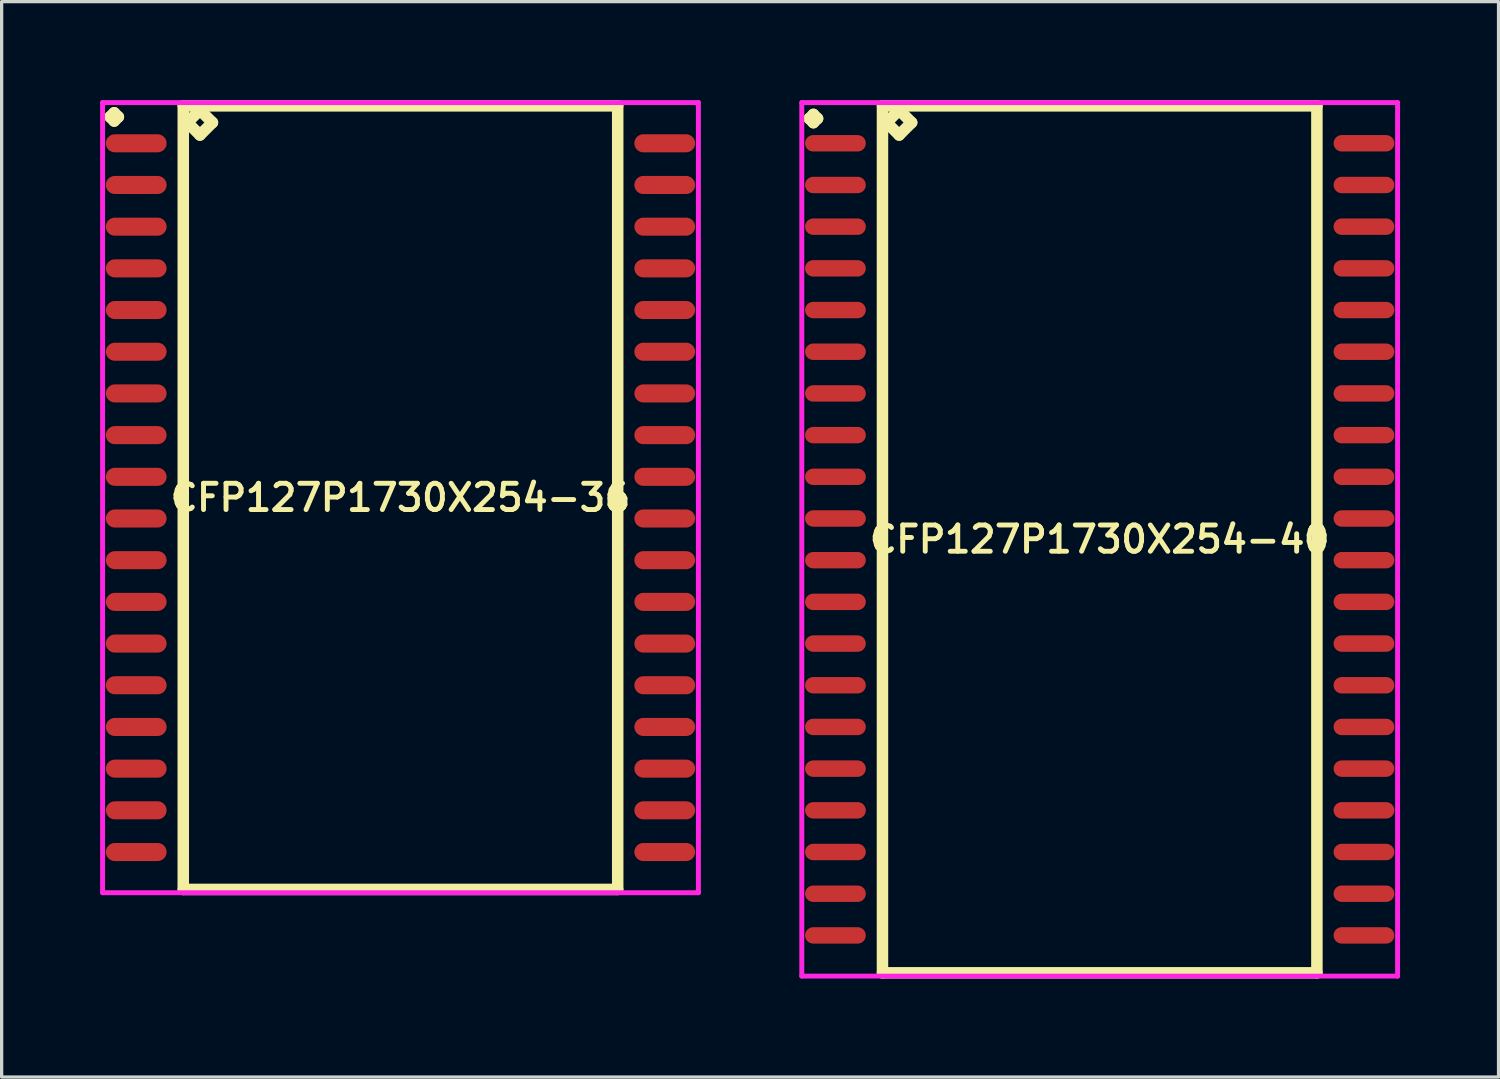
<source format=kicad_pcb>
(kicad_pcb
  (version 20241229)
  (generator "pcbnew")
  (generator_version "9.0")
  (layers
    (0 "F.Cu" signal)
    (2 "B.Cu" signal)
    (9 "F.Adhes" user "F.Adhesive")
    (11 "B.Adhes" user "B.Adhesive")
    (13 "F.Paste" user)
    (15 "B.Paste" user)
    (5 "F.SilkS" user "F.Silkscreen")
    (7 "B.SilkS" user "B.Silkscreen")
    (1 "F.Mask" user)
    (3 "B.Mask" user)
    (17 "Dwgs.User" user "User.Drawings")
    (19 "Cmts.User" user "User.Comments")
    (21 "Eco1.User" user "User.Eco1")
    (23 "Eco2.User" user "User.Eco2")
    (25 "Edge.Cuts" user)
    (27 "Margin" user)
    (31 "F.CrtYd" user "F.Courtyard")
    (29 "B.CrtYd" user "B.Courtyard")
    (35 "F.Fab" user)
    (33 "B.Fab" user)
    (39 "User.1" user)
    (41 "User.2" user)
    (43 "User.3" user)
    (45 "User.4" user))
  (footprint "CFP127P1730X254-36"
    (layer "F.Cu")
    (at 9.15 12.11)
    (property "Reference" "CFP127P1730X254-36" (at 0 0 0) (layer "F.SilkS") (effects (font (size 0.8 0.8) (thickness 0.15))))
    (attr through_hole)
    (fp_line (start -8.848 -11.599) (end -8.721 -11.726) (stroke (width 0.35) (type solid)) (layer "F.SilkS"))
    (fp_line (start -8.721 -11.726) (end -8.594 -11.599) (stroke (width 0.35) (type solid)) (layer "F.SilkS"))
    (fp_line (start -8.721 -11.472) (end -8.848 -11.599) (stroke (width 0.35) (type solid)) (layer "F.SilkS"))
    (fp_line (start -8.594 -11.599) (end -8.721 -11.472) (stroke (width 0.35) (type solid)) (layer "F.SilkS"))
    (fp_line (start -6.617 -11.935) (end -6.617 11.935) (stroke (width 0.35) (type solid)) (layer "F.SilkS"))
    (fp_line (start -6.617 11.935) (end 6.617 11.935) (stroke (width 0.35) (type solid)) (layer "F.SilkS"))
    (fp_line (start -6.49 -11.427) (end -6.109 -11.808) (stroke (width 0.35) (type solid)) (layer "F.SilkS"))
    (fp_line (start -6.109 -11.808) (end -5.728 -11.427) (stroke (width 0.35) (type solid)) (layer "F.SilkS"))
    (fp_line (start -6.109 -11.046) (end -6.49 -11.427) (stroke (width 0.35) (type solid)) (layer "F.SilkS"))
    (fp_line (start -5.728 -11.427) (end -6.109 -11.046) (stroke (width 0.35) (type solid)) (layer "F.SilkS"))
    (fp_line (start 6.617 -11.935) (end -6.617 -11.935) (stroke (width 0.35) (type solid)) (layer "F.SilkS"))
    (fp_line (start 6.617 11.935) (end 6.617 -11.935) (stroke (width 0.35) (type solid)) (layer "F.SilkS"))
    (fp_line (start -9.075 -12.035) (end 9.075 -12.035) (stroke (width 0.15) (type solid)) (layer "F.CrtYd"))
    (fp_line (start -9.075 12.035) (end -9.075 -12.035) (stroke (width 0.15) (type solid)) (layer "F.CrtYd"))
    (fp_line (start 9.075 -12.035) (end 9.075 12.035) (stroke (width 0.15) (type solid)) (layer "F.CrtYd"))
    (fp_line (start 9.075 12.035) (end -9.075 12.035) (stroke (width 0.15) (type solid)) (layer "F.CrtYd"))
    (pad "1" smd oval (at -8.05 -10.795) (size 1.85 0.55) (layers "F.Cu" "F.Mask" "F.Paste"))
    (pad "2" smd oval (at -8.05 -9.525) (size 1.85 0.55) (layers "F.Cu" "F.Mask" "F.Paste"))
    (pad "3" smd oval (at -8.05 -8.255) (size 1.85 0.55) (layers "F.Cu" "F.Mask" "F.Paste"))
    (pad "4" smd oval (at -8.05 -6.985) (size 1.85 0.55) (layers "F.Cu" "F.Mask" "F.Paste"))
    (pad "5" smd oval (at -8.05 -5.715) (size 1.85 0.55) (layers "F.Cu" "F.Mask" "F.Paste"))
    (pad "6" smd oval (at -8.05 -4.445) (size 1.85 0.55) (layers "F.Cu" "F.Mask" "F.Paste"))
    (pad "7" smd oval (at -8.05 -3.175) (size 1.85 0.55) (layers "F.Cu" "F.Mask" "F.Paste"))
    (pad "8" smd oval (at -8.05 -1.905) (size 1.85 0.55) (layers "F.Cu" "F.Mask" "F.Paste"))
    (pad "9" smd oval (at -8.05 -0.635) (size 1.85 0.55) (layers "F.Cu" "F.Mask" "F.Paste"))
    (pad "10" smd oval (at -8.05 0.635) (size 1.85 0.55) (layers "F.Cu" "F.Mask" "F.Paste"))
    (pad "11" smd oval (at -8.05 1.905) (size 1.85 0.55) (layers "F.Cu" "F.Mask" "F.Paste"))
    (pad "12" smd oval (at -8.05 3.175) (size 1.85 0.55) (layers "F.Cu" "F.Mask" "F.Paste"))
    (pad "13" smd oval (at -8.05 4.445) (size 1.85 0.55) (layers "F.Cu" "F.Mask" "F.Paste"))
    (pad "14" smd oval (at -8.05 5.715) (size 1.85 0.55) (layers "F.Cu" "F.Mask" "F.Paste"))
    (pad "15" smd oval (at -8.05 6.985) (size 1.85 0.55) (layers "F.Cu" "F.Mask" "F.Paste"))
    (pad "16" smd oval (at -8.05 8.255) (size 1.85 0.55) (layers "F.Cu" "F.Mask" "F.Paste"))
    (pad "17" smd oval (at -8.05 9.525) (size 1.85 0.55) (layers "F.Cu" "F.Mask" "F.Paste"))
    (pad "18" smd oval (at -8.05 10.795) (size 1.85 0.55) (layers "F.Cu" "F.Mask" "F.Paste"))
    (pad "19" smd oval (at 8.05 10.795) (size 1.85 0.55) (layers "F.Cu" "F.Mask" "F.Paste"))
    (pad "20" smd oval (at 8.05 9.525) (size 1.85 0.55) (layers "F.Cu" "F.Mask" "F.Paste"))
    (pad "21" smd oval (at 8.05 8.255) (size 1.85 0.55) (layers "F.Cu" "F.Mask" "F.Paste"))
    (pad "22" smd oval (at 8.05 6.985) (size 1.85 0.55) (layers "F.Cu" "F.Mask" "F.Paste"))
    (pad "23" smd oval (at 8.05 5.715) (size 1.85 0.55) (layers "F.Cu" "F.Mask" "F.Paste"))
    (pad "24" smd oval (at 8.05 4.445) (size 1.85 0.55) (layers "F.Cu" "F.Mask" "F.Paste"))
    (pad "25" smd oval (at 8.05 3.175) (size 1.85 0.55) (layers "F.Cu" "F.Mask" "F.Paste"))
    (pad "26" smd oval (at 8.05 1.905) (size 1.85 0.55) (layers "F.Cu" "F.Mask" "F.Paste"))
    (pad "27" smd oval (at 8.05 0.635) (size 1.85 0.55) (layers "F.Cu" "F.Mask" "F.Paste"))
    (pad "28" smd oval (at 8.05 -0.635) (size 1.85 0.55) (layers "F.Cu" "F.Mask" "F.Paste"))
    (pad "29" smd oval (at 8.05 -1.905) (size 1.85 0.55) (layers "F.Cu" "F.Mask" "F.Paste"))
    (pad "30" smd oval (at 8.05 -3.175) (size 1.85 0.55) (layers "F.Cu" "F.Mask" "F.Paste"))
    (pad "31" smd oval (at 8.05 -4.445) (size 1.85 0.55) (layers "F.Cu" "F.Mask" "F.Paste"))
    (pad "32" smd oval (at 8.05 -5.715) (size 1.85 0.55) (layers "F.Cu" "F.Mask" "F.Paste"))
    (pad "33" smd oval (at 8.05 -6.985) (size 1.85 0.55) (layers "F.Cu" "F.Mask" "F.Paste"))
    (pad "34" smd oval (at 8.05 -8.255) (size 1.85 0.55) (layers "F.Cu" "F.Mask" "F.Paste"))
    (pad "35" smd oval (at 8.05 -9.525) (size 1.85 0.55) (layers "F.Cu" "F.Mask" "F.Paste"))
    (pad "36" smd oval (at 8.05 -10.795) (size 1.85 0.55) (layers "F.Cu" "F.Mask" "F.Paste")))
  (footprint "CFP127P1730X254-40"
    (layer "F.Cu")
    (at 30.45 13.38)
    (property "Reference" "CFP127P1730X254-40" (at 0 0 0) (layer "F.SilkS") (effects (font (size 0.8 0.8) (thickness 0.15))))
    (attr smd)
    (fp_line (start -8.848 -12.819) (end -8.721 -12.946) (stroke (width 0.35) (type solid)) (layer "F.SilkS"))
    (fp_line (start -8.721 -12.946) (end -8.594 -12.819) (stroke (width 0.35) (type solid)) (layer "F.SilkS"))
    (fp_line (start -8.721 -12.692) (end -8.848 -12.819) (stroke (width 0.35) (type solid)) (layer "F.SilkS"))
    (fp_line (start -8.594 -12.819) (end -8.721 -12.692) (stroke (width 0.35) (type solid)) (layer "F.SilkS"))
    (fp_line (start -6.617 -13.205) (end -6.617 13.205) (stroke (width 0.35) (type solid)) (layer "F.SilkS"))
    (fp_line (start -6.617 13.205) (end 6.617 13.205) (stroke (width 0.35) (type solid)) (layer "F.SilkS"))
    (fp_line (start -6.49 -12.697) (end -6.109 -13.078) (stroke (width 0.35) (type solid)) (layer "F.SilkS"))
    (fp_line (start -6.109 -13.078) (end -5.728 -12.697) (stroke (width 0.35) (type solid)) (layer "F.SilkS"))
    (fp_line (start -6.109 -12.316) (end -6.49 -12.697) (stroke (width 0.35) (type solid)) (layer "F.SilkS"))
    (fp_line (start -5.728 -12.697) (end -6.109 -12.316) (stroke (width 0.35) (type solid)) (layer "F.SilkS"))
    (fp_line (start 6.617 -13.205) (end -6.617 -13.205) (stroke (width 0.35) (type solid)) (layer "F.SilkS"))
    (fp_line (start 6.617 13.205) (end 6.617 -13.205) (stroke (width 0.35) (type solid)) (layer "F.SilkS"))
    (fp_line (start -9.075 -13.305) (end 9.075 -13.305) (stroke (width 0.15) (type solid)) (layer "F.CrtYd"))
    (fp_line (start -9.075 13.305) (end -9.075 -13.305) (stroke (width 0.15) (type solid)) (layer "F.CrtYd"))
    (fp_line (start 9.075 -13.305) (end 9.075 13.305) (stroke (width 0.15) (type solid)) (layer "F.CrtYd"))
    (fp_line (start 9.075 13.305) (end -9.075 13.305) (stroke (width 0.15) (type solid)) (layer "F.CrtYd"))
    (pad "1" smd oval (at -8.05 -12.065) (size 1.85 0.5) (layers "F.Cu" "F.Mask" "F.Paste"))
    (pad "2" smd oval (at -8.05 -10.795) (size 1.85 0.5) (layers "F.Cu" "F.Mask" "F.Paste"))
    (pad "3" smd oval (at -8.05 -9.525) (size 1.85 0.5) (layers "F.Cu" "F.Mask" "F.Paste"))
    (pad "4" smd oval (at -8.05 -8.255) (size 1.85 0.5) (layers "F.Cu" "F.Mask" "F.Paste"))
    (pad "5" smd oval (at -8.05 -6.985) (size 1.85 0.5) (layers "F.Cu" "F.Mask" "F.Paste"))
    (pad "6" smd oval (at -8.05 -5.715) (size 1.85 0.5) (layers "F.Cu" "F.Mask" "F.Paste"))
    (pad "7" smd oval (at -8.05 -4.445) (size 1.85 0.5) (layers "F.Cu" "F.Mask" "F.Paste"))
    (pad "8" smd oval (at -8.05 -3.175) (size 1.85 0.5) (layers "F.Cu" "F.Mask" "F.Paste"))
    (pad "9" smd oval (at -8.05 -1.905) (size 1.85 0.5) (layers "F.Cu" "F.Mask" "F.Paste"))
    (pad "10" smd oval (at -8.05 -0.635) (size 1.85 0.5) (layers "F.Cu" "F.Mask" "F.Paste"))
    (pad "11" smd oval (at -8.05 0.635) (size 1.85 0.5) (layers "F.Cu" "F.Mask" "F.Paste"))
    (pad "12" smd oval (at -8.05 1.905) (size 1.85 0.5) (layers "F.Cu" "F.Mask" "F.Paste"))
    (pad "13" smd oval (at -8.05 3.175) (size 1.85 0.5) (layers "F.Cu" "F.Mask" "F.Paste"))
    (pad "14" smd oval (at -8.05 4.445) (size 1.85 0.5) (layers "F.Cu" "F.Mask" "F.Paste"))
    (pad "15" smd oval (at -8.05 5.715) (size 1.85 0.5) (layers "F.Cu" "F.Mask" "F.Paste"))
    (pad "16" smd oval (at -8.05 6.985) (size 1.85 0.5) (layers "F.Cu" "F.Mask" "F.Paste"))
    (pad "17" smd oval (at -8.05 8.255) (size 1.85 0.5) (layers "F.Cu" "F.Mask" "F.Paste"))
    (pad "18" smd oval (at -8.05 9.525) (size 1.85 0.5) (layers "F.Cu" "F.Mask" "F.Paste"))
    (pad "19" smd oval (at -8.05 10.795) (size 1.85 0.5) (layers "F.Cu" "F.Mask" "F.Paste"))
    (pad "20" smd oval (at -8.05 12.065) (size 1.85 0.5) (layers "F.Cu" "F.Mask" "F.Paste"))
    (pad "21" smd oval (at 8.05 12.065) (size 1.85 0.5) (layers "F.Cu" "F.Mask" "F.Paste"))
    (pad "22" smd oval (at 8.05 10.795) (size 1.85 0.5) (layers "F.Cu" "F.Mask" "F.Paste"))
    (pad "23" smd oval (at 8.05 9.525) (size 1.85 0.5) (layers "F.Cu" "F.Mask" "F.Paste"))
    (pad "24" smd oval (at 8.05 8.255) (size 1.85 0.5) (layers "F.Cu" "F.Mask" "F.Paste"))
    (pad "25" smd oval (at 8.05 6.985) (size 1.85 0.5) (layers "F.Cu" "F.Mask" "F.Paste"))
    (pad "26" smd oval (at 8.05 5.715) (size 1.85 0.5) (layers "F.Cu" "F.Mask" "F.Paste"))
    (pad "27" smd oval (at 8.05 4.445) (size 1.85 0.5) (layers "F.Cu" "F.Mask" "F.Paste"))
    (pad "28" smd oval (at 8.05 3.175) (size 1.85 0.5) (layers "F.Cu" "F.Mask" "F.Paste"))
    (pad "29" smd oval (at 8.05 1.905) (size 1.85 0.5) (layers "F.Cu" "F.Mask" "F.Paste"))
    (pad "30" smd oval (at 8.05 0.635) (size 1.85 0.5) (layers "F.Cu" "F.Mask" "F.Paste"))
    (pad "31" smd oval (at 8.05 -0.635) (size 1.85 0.5) (layers "F.Cu" "F.Mask" "F.Paste"))
    (pad "32" smd oval (at 8.05 -1.905) (size 1.85 0.5) (layers "F.Cu" "F.Mask" "F.Paste"))
    (pad "33" smd oval (at 8.05 -3.175) (size 1.85 0.5) (layers "F.Cu" "F.Mask" "F.Paste"))
    (pad "34" smd oval (at 8.05 -4.445) (size 1.85 0.5) (layers "F.Cu" "F.Mask" "F.Paste"))
    (pad "35" smd oval (at 8.05 -5.715) (size 1.85 0.5) (layers "F.Cu" "F.Mask" "F.Paste"))
    (pad "36" smd oval (at 8.05 -6.985) (size 1.85 0.5) (layers "F.Cu" "F.Mask" "F.Paste"))
    (pad "37" smd oval (at 8.05 -8.255) (size 1.85 0.5) (layers "F.Cu" "F.Mask" "F.Paste"))
    (pad "38" smd oval (at 8.05 -9.525) (size 1.85 0.5) (layers "F.Cu" "F.Mask" "F.Paste"))
    (pad "39" smd oval (at 8.05 -10.795) (size 1.85 0.5) (layers "F.Cu" "F.Mask" "F.Paste"))
    (pad "40" smd oval (at 8.05 -12.065) (size 1.85 0.5) (layers "F.Cu" "F.Mask" "F.Paste")))
  (gr_rect
    (start -3 -3)
    (end 42.6 29.76)
    (stroke (width 0.1) (type default))
    (fill no)
    (layer "Edge.Cuts")))
</source>
